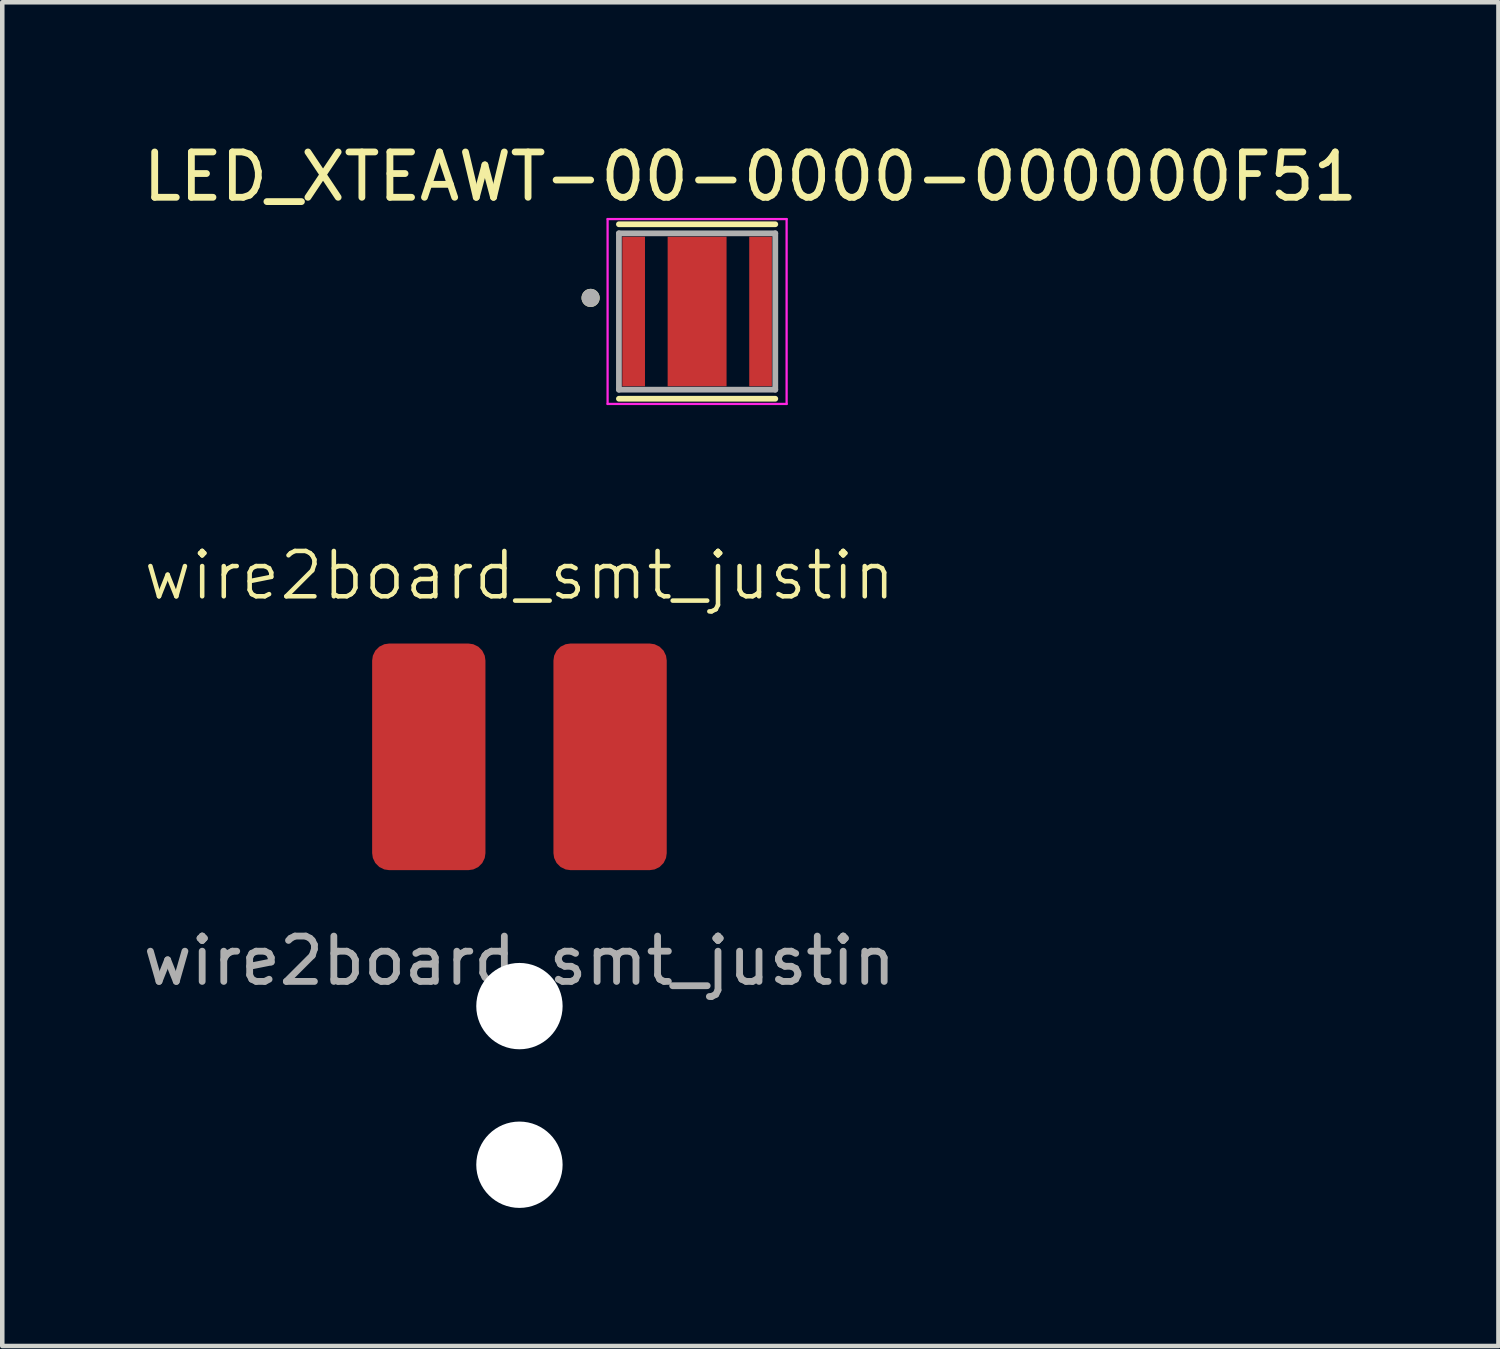
<source format=kicad_pcb>
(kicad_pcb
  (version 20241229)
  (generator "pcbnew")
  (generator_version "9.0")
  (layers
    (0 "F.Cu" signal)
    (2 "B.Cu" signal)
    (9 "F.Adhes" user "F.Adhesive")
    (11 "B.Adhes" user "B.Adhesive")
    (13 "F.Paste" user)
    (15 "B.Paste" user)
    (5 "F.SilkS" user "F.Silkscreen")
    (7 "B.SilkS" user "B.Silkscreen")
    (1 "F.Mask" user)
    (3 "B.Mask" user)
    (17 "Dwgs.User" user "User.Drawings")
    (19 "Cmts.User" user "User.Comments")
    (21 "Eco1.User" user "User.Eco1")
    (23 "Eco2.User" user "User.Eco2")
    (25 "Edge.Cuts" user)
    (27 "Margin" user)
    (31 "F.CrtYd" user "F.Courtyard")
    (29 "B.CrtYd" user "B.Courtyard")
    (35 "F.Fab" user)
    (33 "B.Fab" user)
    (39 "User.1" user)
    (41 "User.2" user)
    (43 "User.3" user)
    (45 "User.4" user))
  (footprint "wire2board_smt_justin"
    (layer "F.Cu")
    (at 8.411 15.649)
    (property "Reference" "wire2board_smt_justin" (at 0 -6 0) (unlocked yes) (layer "F.SilkS") (effects (font (size 1 1) (thickness 0.1))))
    (attr smd)
    (fp_text user "${REFERENCE}" (at 0 2.5 0) (unlocked yes) (layer "F.Fab") (effects (font (size 1 1) (thickness 0.15))))
    (pad "" np_thru_hole circle (at 0 3.5) (size 1.905 1.905) (drill 2) (layers "*.Cu" "*.Mask"))
    (pad "" np_thru_hole circle (at 0 7) (size 1.905 1.905) (drill 2) (layers "*.Cu" "*.Mask"))
    (pad "1" smd roundrect (at -2 -2) (size 2.5 5) (layers "F.Cu" "F.Mask" "F.Paste") (roundrect_rratio 0.15))
    (pad "2" smd roundrect (at 2 -2) (size 2.5 5) (layers "F.Cu" "F.Mask" "F.Paste") (roundrect_rratio 0.15)))
  (footprint "LED_XTEAWT-00-0000-000000F51"
    (layer "F.Cu")
    (at 12.331 3.823)
    (property "Reference" "LED_XTEAWT-00-0000-000000F51" (at 1.175 -2.975 0) (layer "F.SilkS") (effects (font (size 1 1) (thickness 0.15))))
    (attr smd)
    (fp_line (start -1.725 -1.925) (end 1.725 -1.925) (stroke (width 0.127) (type solid)) (layer "F.SilkS"))
    (fp_line (start -1.725 1.925) (end 1.725 1.925) (stroke (width 0.127) (type solid)) (layer "F.SilkS"))
    (fp_circle (center -2.35 -0.3) (end -2.25 -0.3) (stroke (width 0.2) (type solid)) (fill no) (layer "F.SilkS"))
    (fp_poly (pts (xy -0.505 -1.375) (xy 0.505 -1.375) (xy 0.505 -0.625) (xy -0.505 -0.625)) (stroke (width 0.01) (type solid)) (fill yes) (layer "F.Paste"))
    (fp_poly (pts (xy -0.505 -0.375) (xy 0.505 -0.375) (xy 0.505 0.375) (xy -0.505 0.375)) (stroke (width 0.01) (type solid)) (fill yes) (layer "F.Paste"))
    (fp_poly (pts (xy -0.505 0.625) (xy 0.505 0.625) (xy 0.505 1.375) (xy -0.505 1.375)) (stroke (width 0.01) (type solid)) (fill yes) (layer "F.Paste"))
    (fp_line (start -1.975 -2.04) (end 1.975 -2.04) (stroke (width 0.05) (type solid)) (layer "F.CrtYd"))
    (fp_line (start -1.975 2.04) (end -1.975 -2.04) (stroke (width 0.05) (type solid)) (layer "F.CrtYd"))
    (fp_line (start 1.975 -2.04) (end 1.975 2.04) (stroke (width 0.05) (type solid)) (layer "F.CrtYd"))
    (fp_line (start 1.975 2.04) (end -1.975 2.04) (stroke (width 0.05) (type solid)) (layer "F.CrtYd"))
    (fp_line (start -1.725 -1.725) (end 1.725 -1.725) (stroke (width 0.127) (type solid)) (layer "F.Fab"))
    (fp_line (start -1.725 1.725) (end -1.725 -1.725) (stroke (width 0.127) (type solid)) (layer "F.Fab"))
    (fp_line (start 1.725 -1.725) (end 1.725 1.725) (stroke (width 0.127) (type solid)) (layer "F.Fab"))
    (fp_line (start 1.725 1.725) (end -1.725 1.725) (stroke (width 0.127) (type solid)) (layer "F.Fab"))
    (fp_circle (center -2.35 -0.3) (end -2.25 -0.3) (stroke (width 0.2) (type solid)) (fill no) (layer "F.Fab"))
    (pad "1" smd rect (at -1.4 0) (size 0.5 3.3) (layers "F.Cu" "F.Mask" "F.Paste"))
    (pad "2" smd rect (at 1.4 0) (size 0.5 3.3) (layers "F.Cu" "F.Mask" "F.Paste"))
    (pad "3" smd rect (at 0 0) (size 1.3 3.3) (layers "F.Cu" "F.Mask")))
  (gr_rect
    (start -3 -3)
    (end 30.012 26.649)
    (stroke (width 0.1) (type default))
    (fill no)
    (layer "Edge.Cuts")))
</source>
